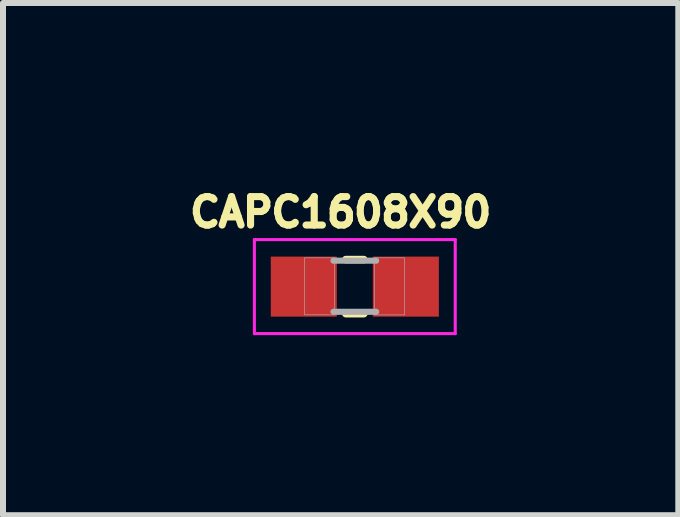
<source format=kicad_pcb>
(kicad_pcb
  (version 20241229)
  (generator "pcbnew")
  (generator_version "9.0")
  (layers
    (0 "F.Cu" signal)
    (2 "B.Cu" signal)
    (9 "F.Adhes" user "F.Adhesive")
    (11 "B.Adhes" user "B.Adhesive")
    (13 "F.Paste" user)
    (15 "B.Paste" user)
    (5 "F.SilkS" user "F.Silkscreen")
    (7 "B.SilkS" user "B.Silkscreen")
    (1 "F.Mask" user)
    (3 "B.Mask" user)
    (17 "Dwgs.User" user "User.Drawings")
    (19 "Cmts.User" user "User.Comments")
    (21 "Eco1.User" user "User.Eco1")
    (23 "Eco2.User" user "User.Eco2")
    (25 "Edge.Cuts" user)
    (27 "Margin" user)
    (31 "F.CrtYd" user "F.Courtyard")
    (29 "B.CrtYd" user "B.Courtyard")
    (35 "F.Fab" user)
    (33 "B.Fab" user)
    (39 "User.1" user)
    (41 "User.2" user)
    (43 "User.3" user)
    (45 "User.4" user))
  (footprint "CAPC1608X90"
    (layer "F.Cu")
    (at 2.861 1.725)
    (property "Reference" "CAPC1608X90" (at -0.236 -1.239 0) (layer "F.SilkS") (effects (font (size 0.474 0.474) (thickness 0.15))))
    (attr through_hole)
    (fp_line (start -0.15 -0.45) (end 0.15 -0.45) (stroke (width 0.127) (type solid)) (layer "F.SilkS"))
    (fp_line (start -0.15 0.45) (end 0.15 0.45) (stroke (width 0.127) (type solid)) (layer "F.SilkS"))
    (fp_line (start -1.673 -0.783) (end 1.673 -0.783) (stroke (width 0.051) (type solid)) (layer "F.CrtYd"))
    (fp_line (start -1.673 0.783) (end -1.673 -0.783) (stroke (width 0.051) (type solid)) (layer "F.CrtYd"))
    (fp_line (start 1.673 -0.783) (end 1.673 0.783) (stroke (width 0.051) (type solid)) (layer "F.CrtYd"))
    (fp_line (start 1.673 0.783) (end -1.673 0.783) (stroke (width 0.051) (type solid)) (layer "F.CrtYd"))
    (fp_line (start -0.356 -0.432) (end 0.356 -0.432) (stroke (width 0.102) (type solid)) (layer "F.Fab"))
    (fp_line (start -0.356 0.419) (end 0.356 0.419) (stroke (width 0.102) (type solid)) (layer "F.Fab"))
    (fp_poly (pts (xy -0.839 -0.48) (xy -0.338 -0.48) (xy -0.338 0.47) (xy -0.839 0.47)) (stroke (width 0.01) (type solid)) (fill no) (layer "F.Fab"))
    (fp_poly (pts (xy 0.331 -0.48) (xy 0.83 -0.48) (xy 0.83 0.471) (xy 0.331 0.471)) (stroke (width 0.01) (type solid)) (fill no) (layer "F.Fab"))
    (pad "1" smd rect (at -0.85 0) (size 1.1 1) (layers "F.Cu" "F.Mask" "F.Paste"))
    (pad "2" smd rect (at 0.85 0) (size 1.1 1) (layers "F.Cu" "F.Mask" "F.Paste")))
  (gr_rect
    (start -3 -3)
    (end 8.25 5.533)
    (stroke (width 0.1) (type default))
    (fill no)
    (layer "Edge.Cuts")))
</source>
